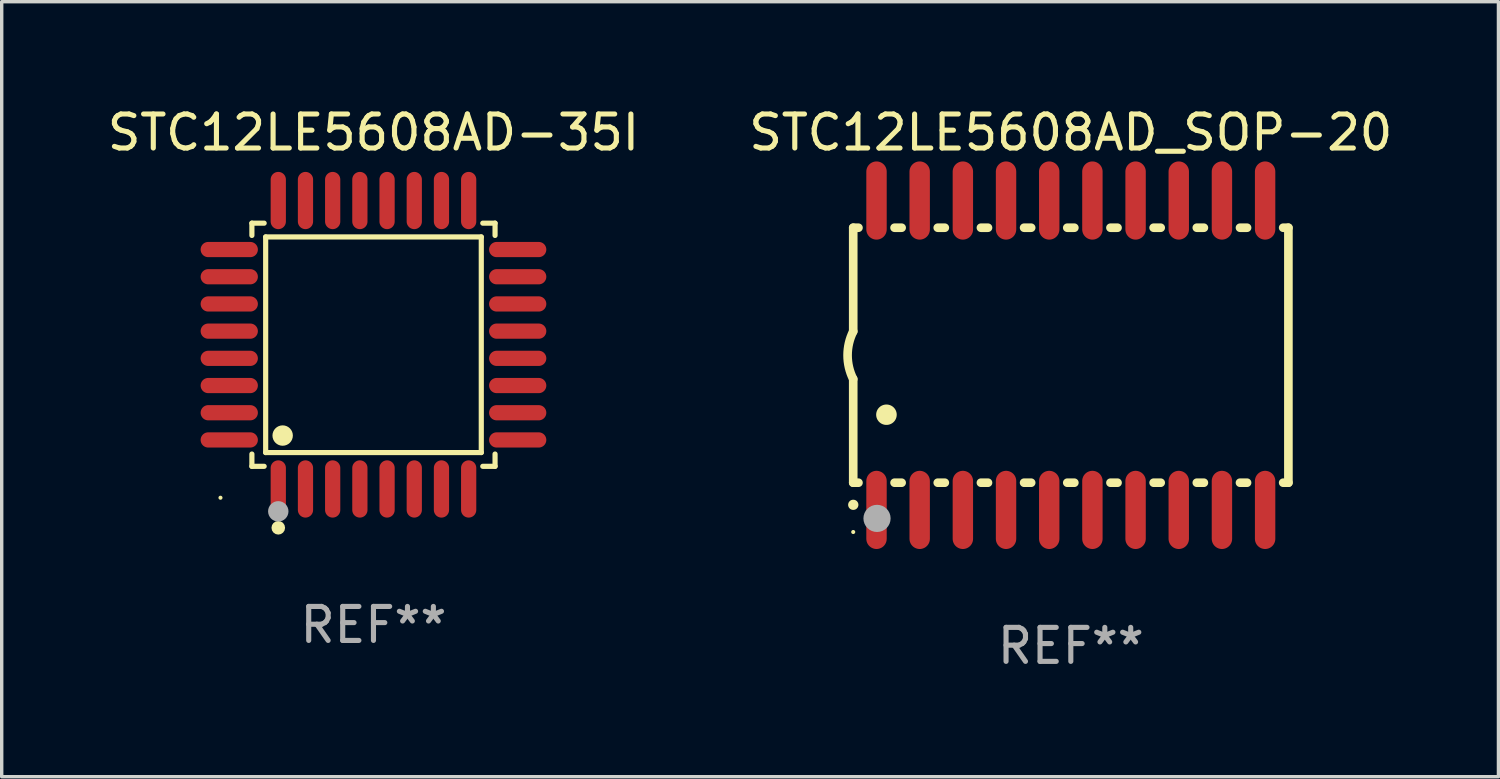
<source format=kicad_pcb>
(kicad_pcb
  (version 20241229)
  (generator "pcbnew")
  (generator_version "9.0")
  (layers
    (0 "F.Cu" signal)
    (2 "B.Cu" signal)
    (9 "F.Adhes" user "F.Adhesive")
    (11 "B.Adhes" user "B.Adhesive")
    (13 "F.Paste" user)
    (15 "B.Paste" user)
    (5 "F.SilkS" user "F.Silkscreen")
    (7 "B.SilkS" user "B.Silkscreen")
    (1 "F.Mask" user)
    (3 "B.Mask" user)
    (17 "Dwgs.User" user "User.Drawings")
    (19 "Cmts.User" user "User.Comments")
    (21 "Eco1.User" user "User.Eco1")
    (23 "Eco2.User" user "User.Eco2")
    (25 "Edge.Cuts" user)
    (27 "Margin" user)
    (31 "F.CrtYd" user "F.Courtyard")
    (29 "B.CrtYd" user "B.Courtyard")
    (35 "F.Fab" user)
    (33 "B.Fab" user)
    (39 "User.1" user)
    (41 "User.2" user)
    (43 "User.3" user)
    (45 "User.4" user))
  (footprint "STC12LE5608AD_SOP-20"
    (layer "F.Cu")
    (at 28.446 7.398)
    (property "Reference" "STC12LE5608AD_SOP-20" (at 0 -6.55 0) (layer "F.SilkS") (effects (font (size 1 1) (thickness 0.15))))
    (attr through_hole)
    (fp_line (start -6.4 -3.75) (end -6.4 -0.7) (stroke (width 0.254) (type solid)) (layer "F.SilkS"))
    (fp_line (start -6.4 -3.75) (end -6.246 -3.75) (stroke (width 0.254) (type solid)) (layer "F.SilkS"))
    (fp_line (start -6.4 3.75) (end -6.4 0.7) (stroke (width 0.254) (type solid)) (layer "F.SilkS"))
    (fp_line (start -6.246 3.75) (end -6.4 3.75) (stroke (width 0.254) (type solid)) (layer "F.SilkS"))
    (fp_line (start -5.184 -3.75) (end -4.976 -3.75) (stroke (width 0.254) (type solid)) (layer "F.SilkS"))
    (fp_line (start -4.976 3.75) (end -5.184 3.75) (stroke (width 0.254) (type solid)) (layer "F.SilkS"))
    (fp_line (start -3.914 -3.75) (end -3.706 -3.75) (stroke (width 0.254) (type solid)) (layer "F.SilkS"))
    (fp_line (start -3.706 3.75) (end -3.914 3.75) (stroke (width 0.254) (type solid)) (layer "F.SilkS"))
    (fp_line (start -2.644 -3.75) (end -2.436 -3.75) (stroke (width 0.254) (type solid)) (layer "F.SilkS"))
    (fp_line (start -2.436 3.75) (end -2.644 3.75) (stroke (width 0.254) (type solid)) (layer "F.SilkS"))
    (fp_line (start -1.374 -3.75) (end -1.166 -3.75) (stroke (width 0.254) (type solid)) (layer "F.SilkS"))
    (fp_line (start -1.166 3.75) (end -1.374 3.75) (stroke (width 0.254) (type solid)) (layer "F.SilkS"))
    (fp_line (start -0.104 -3.75) (end 0.104 -3.75) (stroke (width 0.254) (type solid)) (layer "F.SilkS"))
    (fp_line (start 0.104 3.75) (end -0.104 3.75) (stroke (width 0.254) (type solid)) (layer "F.SilkS"))
    (fp_line (start 1.166 -3.75) (end 1.374 -3.75) (stroke (width 0.254) (type solid)) (layer "F.SilkS"))
    (fp_line (start 1.374 3.75) (end 1.166 3.75) (stroke (width 0.254) (type solid)) (layer "F.SilkS"))
    (fp_line (start 2.436 -3.75) (end 2.644 -3.75) (stroke (width 0.254) (type solid)) (layer "F.SilkS"))
    (fp_line (start 2.644 3.75) (end 2.436 3.75) (stroke (width 0.254) (type solid)) (layer "F.SilkS"))
    (fp_line (start 3.706 -3.75) (end 3.914 -3.75) (stroke (width 0.254) (type solid)) (layer "F.SilkS"))
    (fp_line (start 3.914 3.75) (end 3.706 3.75) (stroke (width 0.254) (type solid)) (layer "F.SilkS"))
    (fp_line (start 4.976 -3.75) (end 5.184 -3.75) (stroke (width 0.254) (type solid)) (layer "F.SilkS"))
    (fp_line (start 5.184 3.75) (end 4.976 3.75) (stroke (width 0.254) (type solid)) (layer "F.SilkS"))
    (fp_line (start 6.246 -3.75) (end 6.4 -3.75) (stroke (width 0.254) (type solid)) (layer "F.SilkS"))
    (fp_line (start 6.4 -3.75) (end 6.4 3.75) (stroke (width 0.254) (type solid)) (layer "F.SilkS"))
    (fp_line (start 6.4 3.75) (end 6.246 3.75) (stroke (width 0.254) (type solid)) (layer "F.SilkS"))
    (fp_arc (start -6.400812 0.701041) (mid -6.565912 0.000428) (end -6.400025 -0.7) (stroke (width 0.254001) (type solid)) (layer "F.SilkS"))
    (fp_arc (start -6.400025 4.4) (mid -6.398755 4.399995) (end -6.397485 4.4) (stroke (width 0.3) (type solid)) (layer "F.SilkS"))
    (fp_arc (start -5.425451 1.750064) (mid -5.422911 1.750053) (end -5.420371 1.750064) (stroke (width 0.6) (type solid)) (layer "F.SilkS"))
    (fp_circle (center -6.4 5.2) (end -6.37 5.2) (stroke (width 0.06) (type solid)) (fill no) (layer "F.SilkS"))
    (fp_circle (center -5.7 4.8) (end -5.5 4.8) (stroke (width 0.4) (type solid)) (fill no) (layer "F.Fab"))
    (fp_text user "REF**" (at 0 8.55 0) (layer "F.Fab") (effects (font (size 1 1) (thickness 0.15))))
    (pad "1" smd oval (at -5.715 4.55 180) (size 0.6 2.3) (layers "F.Cu" "F.Mask" "F.Paste"))
    (pad "2" smd oval (at -4.445 4.55 180) (size 0.6 2.3) (layers "F.Cu" "F.Mask" "F.Paste"))
    (pad "3" smd oval (at -3.175 4.55 180) (size 0.6 2.3) (layers "F.Cu" "F.Mask" "F.Paste"))
    (pad "4" smd oval (at -1.905 4.55 180) (size 0.6 2.3) (layers "F.Cu" "F.Mask" "F.Paste"))
    (pad "5" smd oval (at -0.635 4.55 180) (size 0.6 2.3) (layers "F.Cu" "F.Mask" "F.Paste"))
    (pad "6" smd oval (at 0.635 4.55 180) (size 0.6 2.3) (layers "F.Cu" "F.Mask" "F.Paste"))
    (pad "7" smd oval (at 1.905 4.55 180) (size 0.6 2.3) (layers "F.Cu" "F.Mask" "F.Paste"))
    (pad "8" smd oval (at 3.175 4.55 180) (size 0.6 2.3) (layers "F.Cu" "F.Mask" "F.Paste"))
    (pad "9" smd oval (at 4.445 4.55 180) (size 0.6 2.3) (layers "F.Cu" "F.Mask" "F.Paste"))
    (pad "10" smd oval (at 5.715 4.55 180) (size 0.6 2.3) (layers "F.Cu" "F.Mask" "F.Paste"))
    (pad "11" smd oval (at 5.715 -4.55 180) (size 0.6 2.3) (layers "F.Cu" "F.Mask" "F.Paste"))
    (pad "12" smd oval (at 4.445 -4.55 180) (size 0.6 2.3) (layers "F.Cu" "F.Mask" "F.Paste"))
    (pad "13" smd oval (at 3.175 -4.55 180) (size 0.6 2.3) (layers "F.Cu" "F.Mask" "F.Paste"))
    (pad "14" smd oval (at 1.905 -4.55 180) (size 0.6 2.3) (layers "F.Cu" "F.Mask" "F.Paste"))
    (pad "15" smd oval (at 0.635 -4.55 180) (size 0.6 2.3) (layers "F.Cu" "F.Mask" "F.Paste"))
    (pad "16" smd oval (at -0.635 -4.55 180) (size 0.6 2.3) (layers "F.Cu" "F.Mask" "F.Paste"))
    (pad "17" smd oval (at -1.905 -4.55 180) (size 0.6 2.3) (layers "F.Cu" "F.Mask" "F.Paste"))
    (pad "18" smd oval (at -3.175 -4.55 180) (size 0.6 2.3) (layers "F.Cu" "F.Mask" "F.Paste"))
    (pad "19" smd oval (at -4.445 -4.55 180) (size 0.6 2.3) (layers "F.Cu" "F.Mask" "F.Paste"))
    (pad "20" smd oval (at -5.715 -4.55 180) (size 0.6 2.3) (layers "F.Cu" "F.Mask" "F.Paste")))
  (footprint "STC12LE5608AD-35I"
    (layer "F.Cu")
    (at 7.935 7.09)
    (property "Reference" "STC12LE5608AD-35I" (at 0 -6.242 0) (layer "F.SilkS") (effects (font (size 1 1) (thickness 0.15))))
    (attr through_hole)
    (fp_line (start -3.576 -3.576) (end -3.215 -3.576) (stroke (width 0.152) (type solid)) (layer "F.SilkS"))
    (fp_line (start -3.576 -3.215) (end -3.576 -3.576) (stroke (width 0.152) (type solid)) (layer "F.SilkS"))
    (fp_line (start -3.576 3.215) (end -3.576 3.576) (stroke (width 0.152) (type solid)) (layer "F.SilkS"))
    (fp_line (start -3.576 3.576) (end -3.215 3.576) (stroke (width 0.152) (type solid)) (layer "F.SilkS"))
    (fp_line (start -3.171 -3.171) (end 3.171 -3.171) (stroke (width 0.152) (type solid)) (layer "F.SilkS"))
    (fp_line (start -3.171 3.171) (end -3.171 -3.171) (stroke (width 0.152) (type solid)) (layer "F.SilkS"))
    (fp_line (start 3.171 -3.171) (end 3.171 3.171) (stroke (width 0.152) (type solid)) (layer "F.SilkS"))
    (fp_line (start 3.171 3.171) (end -3.171 3.171) (stroke (width 0.152) (type solid)) (layer "F.SilkS"))
    (fp_line (start 3.576 -3.576) (end 3.215 -3.576) (stroke (width 0.152) (type solid)) (layer "F.SilkS"))
    (fp_line (start 3.576 -3.215) (end 3.576 -3.576) (stroke (width 0.152) (type solid)) (layer "F.SilkS"))
    (fp_line (start 3.576 3.215) (end 3.576 3.576) (stroke (width 0.152) (type solid)) (layer "F.SilkS"))
    (fp_line (start 3.576 3.576) (end 3.215 3.576) (stroke (width 0.152) (type solid)) (layer "F.SilkS"))
    (fp_circle (center -4.5 4.5) (end -4.47 4.5) (stroke (width 0.06) (type solid)) (fill no) (layer "F.SilkS"))
    (fp_circle (center -2.8 5.384) (end -2.7 5.384) (stroke (width 0.2) (type solid)) (fill no) (layer "F.SilkS"))
    (fp_circle (center -2.671 2.671) (end -2.521 2.671) (stroke (width 0.3) (type solid)) (fill no) (layer "F.SilkS"))
    (fp_circle (center -2.8 4.9) (end -2.65 4.9) (stroke (width 0.3) (type solid)) (fill no) (layer "F.Fab"))
    (fp_text user "REF**" (at 0 8.242 0) (layer "F.Fab") (effects (font (size 1 1) (thickness 0.15))))
    (pad "1" smd oval (at -2.8 4.242) (size 0.448 1.684) (layers "F.Cu" "F.Mask" "F.Paste"))
    (pad "2" smd oval (at -2 4.242) (size 0.448 1.684) (layers "F.Cu" "F.Mask" "F.Paste"))
    (pad "3" smd oval (at -1.2 4.242) (size 0.448 1.684) (layers "F.Cu" "F.Mask" "F.Paste"))
    (pad "4" smd oval (at -0.4 4.242) (size 0.448 1.684) (layers "F.Cu" "F.Mask" "F.Paste"))
    (pad "5" smd oval (at 0.4 4.242) (size 0.448 1.684) (layers "F.Cu" "F.Mask" "F.Paste"))
    (pad "6" smd oval (at 1.2 4.242) (size 0.448 1.684) (layers "F.Cu" "F.Mask" "F.Paste"))
    (pad "7" smd oval (at 2 4.242) (size 0.448 1.684) (layers "F.Cu" "F.Mask" "F.Paste"))
    (pad "8" smd oval (at 2.8 4.242) (size 0.448 1.684) (layers "F.Cu" "F.Mask" "F.Paste"))
    (pad "9" smd oval (at 4.242 2.8) (size 1.684 0.448) (layers "F.Cu" "F.Mask" "F.Paste"))
    (pad "10" smd oval (at 4.242 2) (size 1.684 0.448) (layers "F.Cu" "F.Mask" "F.Paste"))
    (pad "11" smd oval (at 4.242 1.2) (size 1.684 0.448) (layers "F.Cu" "F.Mask" "F.Paste"))
    (pad "12" smd oval (at 4.242 0.4) (size 1.684 0.448) (layers "F.Cu" "F.Mask" "F.Paste"))
    (pad "13" smd oval (at 4.242 -0.4) (size 1.684 0.448) (layers "F.Cu" "F.Mask" "F.Paste"))
    (pad "14" smd oval (at 4.242 -1.2) (size 1.684 0.448) (layers "F.Cu" "F.Mask" "F.Paste"))
    (pad "15" smd oval (at 4.242 -2) (size 1.684 0.448) (layers "F.Cu" "F.Mask" "F.Paste"))
    (pad "16" smd oval (at 4.242 -2.8) (size 1.684 0.448) (layers "F.Cu" "F.Mask" "F.Paste"))
    (pad "17" smd oval (at 2.8 -4.242) (size 0.448 1.684) (layers "F.Cu" "F.Mask" "F.Paste"))
    (pad "18" smd oval (at 2 -4.242) (size 0.448 1.684) (layers "F.Cu" "F.Mask" "F.Paste"))
    (pad "19" smd oval (at 1.2 -4.242) (size 0.448 1.684) (layers "F.Cu" "F.Mask" "F.Paste"))
    (pad "20" smd oval (at 0.4 -4.242) (size 0.448 1.684) (layers "F.Cu" "F.Mask" "F.Paste"))
    (pad "21" smd oval (at -0.4 -4.242) (size 0.448 1.684) (layers "F.Cu" "F.Mask" "F.Paste"))
    (pad "22" smd oval (at -1.2 -4.242) (size 0.448 1.684) (layers "F.Cu" "F.Mask" "F.Paste"))
    (pad "23" smd oval (at -2 -4.242) (size 0.448 1.684) (layers "F.Cu" "F.Mask" "F.Paste"))
    (pad "24" smd oval (at -2.8 -4.242) (size 0.448 1.684) (layers "F.Cu" "F.Mask" "F.Paste"))
    (pad "25" smd oval (at -4.242 -2.8) (size 1.684 0.448) (layers "F.Cu" "F.Mask" "F.Paste"))
    (pad "26" smd oval (at -4.242 -2) (size 1.684 0.448) (layers "F.Cu" "F.Mask" "F.Paste"))
    (pad "27" smd oval (at -4.242 -1.2) (size 1.684 0.448) (layers "F.Cu" "F.Mask" "F.Paste"))
    (pad "28" smd oval (at -4.242 -0.4) (size 1.684 0.448) (layers "F.Cu" "F.Mask" "F.Paste"))
    (pad "29" smd oval (at -4.242 0.4) (size 1.684 0.448) (layers "F.Cu" "F.Mask" "F.Paste"))
    (pad "30" smd oval (at -4.242 1.2) (size 1.684 0.448) (layers "F.Cu" "F.Mask" "F.Paste"))
    (pad "31" smd oval (at -4.242 2) (size 1.684 0.448) (layers "F.Cu" "F.Mask" "F.Paste"))
    (pad "32" smd oval (at -4.242 2.8) (size 1.684 0.448) (layers "F.Cu" "F.Mask" "F.Paste")))
  (gr_rect
    (start -3 -3)
    (end 41.024 19.796)
    (stroke (width 0.1) (type default))
    (fill no)
    (layer "Edge.Cuts")))
</source>
